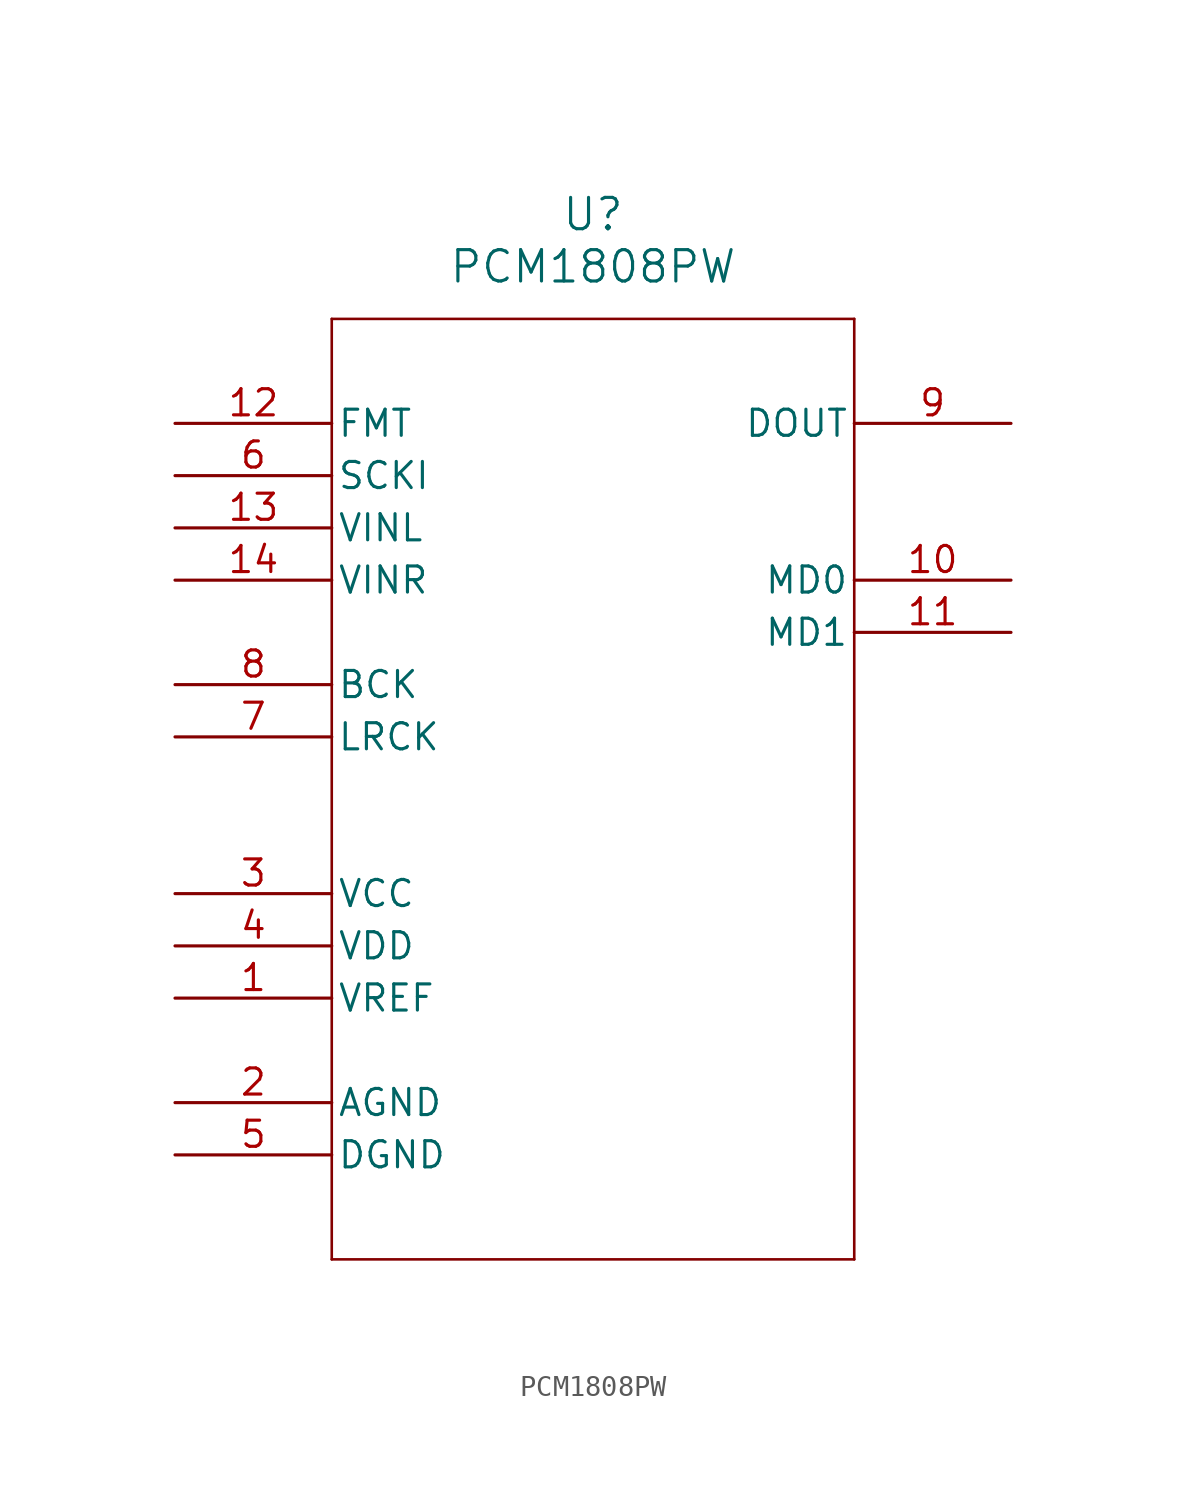
<source format=kicad_sym>
(kicad_symbol_lib
  (version 20211014)
  (generator kicad_symbol_editor)
  (symbol "PCM1808PW"
    (pin_names
      (offset 0.254))
    (property "Reference" "U"
      (at 20.32 10.16 0)
      (effects (font (size 1.524 1.524))))
    (property "Value" "PCM1808PW"
      (at 20.32 7.62 0)
      (effects (font (size 1.524 1.524))))
    (symbol "PCM1808PW_0_1"
      (polyline (pts (xy 7.62 5.08) (xy 7.62 -40.64)) (stroke (width 0.127) (type default) (color 0 0 0 0)) (fill (type none)))
      (polyline (pts (xy 7.62 -40.64) (xy 33.02 -40.64)) (stroke (width 0.127) (type default) (color 0 0 0 0)) (fill (type none)))
      (polyline (pts (xy 33.02 -40.64) (xy 33.02 5.08)) (stroke (width 0.127) (type default) (color 0 0 0 0)) (fill (type none)))
      (polyline (pts (xy 33.02 5.08) (xy 7.62 5.08)) (stroke (width 0.127) (type default) (color 0 0 0 0)) (fill (type none)))
      (pin power_in line (at 0 -27.94 0) (length 7.62) (name "VREF" (effects (font (size 1.27 1.27)))) (number "1" (effects (font (size 1.27 1.27)))))
      (pin power_in line (at 0 -33.02 0) (length 7.62) (name "AGND" (effects (font (size 1.27 1.27)))) (number "2" (effects (font (size 1.27 1.27)))))
      (pin power_in line (at 0 -22.86 0) (length 7.62) (name "VCC" (effects (font (size 1.27 1.27)))) (number "3" (effects (font (size 1.27 1.27)))))
      (pin power_in line (at 0 -25.4 0) (length 7.62) (name "VDD" (effects (font (size 1.27 1.27)))) (number "4" (effects (font (size 1.27 1.27)))))
      (pin power_in line (at 0 -35.56 0) (length 7.62) (name "DGND" (effects (font (size 1.27 1.27)))) (number "5" (effects (font (size 1.27 1.27)))))
      (pin input line (at 0 -2.54 0) (length 7.62) (name "SCKI" (effects (font (size 1.27 1.27)))) (number "6" (effects (font (size 1.27 1.27)))))
      (pin bidirectional line (at 0 -15.24 0) (length 7.62) (name "LRCK" (effects (font (size 1.27 1.27)))) (number "7" (effects (font (size 1.27 1.27)))))
      (pin bidirectional line (at 0 -12.7 0) (length 7.62) (name "BCK" (effects (font (size 1.27 1.27)))) (number "8" (effects (font (size 1.27 1.27)))))
      (pin output line (at 40.64 0 180) (length 7.62) (name "DOUT" (effects (font (size 1.27 1.27)))) (number "9" (effects (font (size 1.27 1.27)))))
      (pin input line (at 40.64 -7.62 180) (length 7.62) (name "MD0" (effects (font (size 1.27 1.27)))) (number "10" (effects (font (size 1.27 1.27)))))
      (pin input line (at 40.64 -10.16 180) (length 7.62) (name "MD1" (effects (font (size 1.27 1.27)))) (number "11" (effects (font (size 1.27 1.27)))))
      (pin input line (at 0 0 0) (length 7.62) (name "FMT" (effects (font (size 1.27 1.27)))) (number "12" (effects (font (size 1.27 1.27)))))
      (pin input line (at 0 -5.08 0) (length 7.62) (name "VINL" (effects (font (size 1.27 1.27)))) (number "13" (effects (font (size 1.27 1.27)))))
      (pin input line (at 0 -7.62 0) (length 7.62) (name "VINR" (effects (font (size 1.27 1.27)))) (number "14" (effects (font (size 1.27 1.27))))))))
</source>
